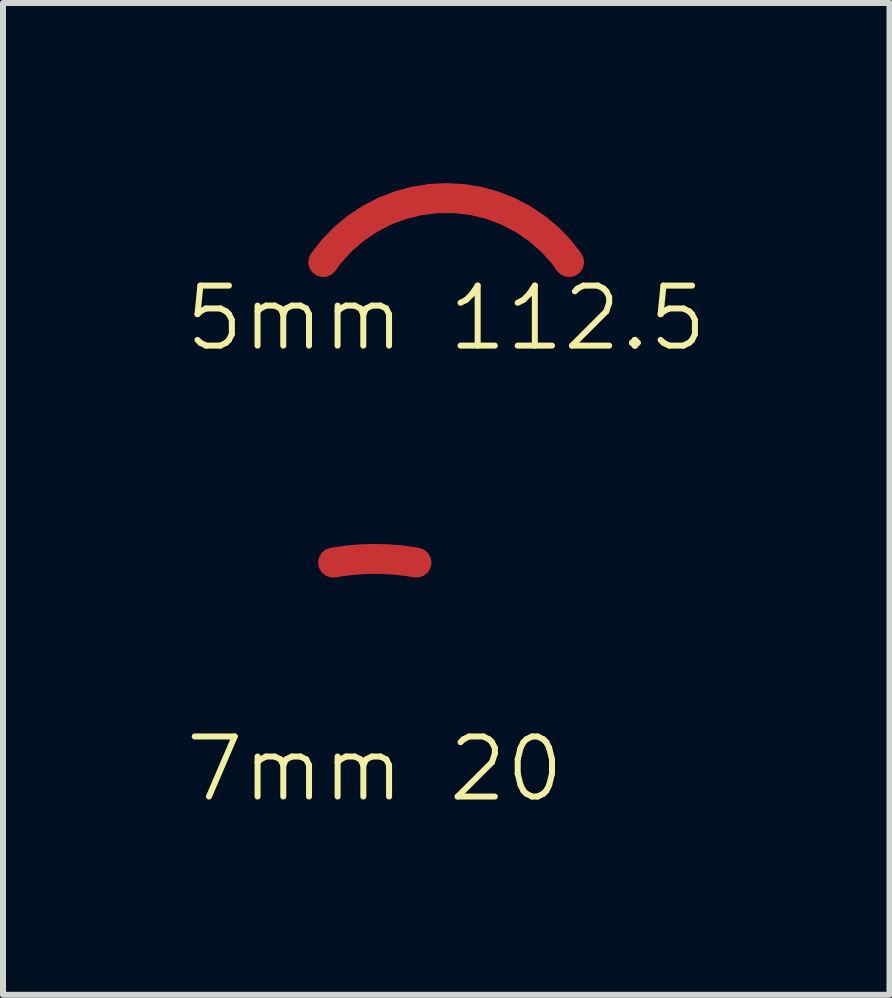
<source format=kicad_pcb>
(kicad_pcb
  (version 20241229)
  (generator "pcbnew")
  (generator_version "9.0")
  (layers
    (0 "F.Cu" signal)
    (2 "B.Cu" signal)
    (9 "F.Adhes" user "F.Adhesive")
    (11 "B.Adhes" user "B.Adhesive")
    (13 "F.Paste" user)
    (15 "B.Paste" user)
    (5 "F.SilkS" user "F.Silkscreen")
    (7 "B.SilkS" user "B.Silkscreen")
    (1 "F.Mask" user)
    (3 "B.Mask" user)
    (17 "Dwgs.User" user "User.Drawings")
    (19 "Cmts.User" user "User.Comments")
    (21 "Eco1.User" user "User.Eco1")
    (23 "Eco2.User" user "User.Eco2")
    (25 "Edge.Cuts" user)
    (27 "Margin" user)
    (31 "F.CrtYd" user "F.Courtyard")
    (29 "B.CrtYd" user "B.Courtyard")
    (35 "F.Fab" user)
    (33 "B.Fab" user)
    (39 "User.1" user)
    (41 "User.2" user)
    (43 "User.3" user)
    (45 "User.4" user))
  (footprint "7mm 20"
    (layer "F.Cu")
    (at 3.193 10.261)
    (property "Reference" "7mm 20" (at 0 -0.5 0) (unlocked yes) (layer "F.SilkS") (effects (font (size 1 1) (thickness 0.1))))
    (attr smd)
    (pad "1" smd custom (at 0 -4) (size 0.5 0.5) (layers "F.Cu" "F.Mask" "F.Paste") (options (anchor circle)) (primitives (gr_arc (start -0.695141 0.060866) (mid -0.3489 0.015246) (end 0 0) (width 0.5)) (gr_arc (start 0 0) (mid 0.3489 0.015245) (end 0.695141 0.060866) (width 0.5)))))
  (footprint "5mm 112.5"
    (layer "F.Cu")
    (at 4.383 2.75)
    (property "Reference" "5mm 112.5" (at 0 -0.5 0) (unlocked yes) (layer "F.SilkS") (effects (font (size 1 1) (thickness 0.1))))
    (attr smd)
    (pad "1" smd custom (at 0 -2.5) (size 0.5 0.5) (layers "F.Cu" "F.Mask" "F.Paste") (options (anchor circle)) (primitives (gr_arc (start -2.04808 1.066344) (mid -1.154526 0.282553) (end 0 0) (width 0.5)) (gr_arc (start 0 0) (mid 1.154526 0.282554) (end 2.04808 1.066345) (width 0.5)))))
  (gr_rect
    (start -3 -3)
    (end 11.767 13.521)
    (stroke (width 0.1) (type default))
    (fill no)
    (layer "Edge.Cuts")))
</source>
